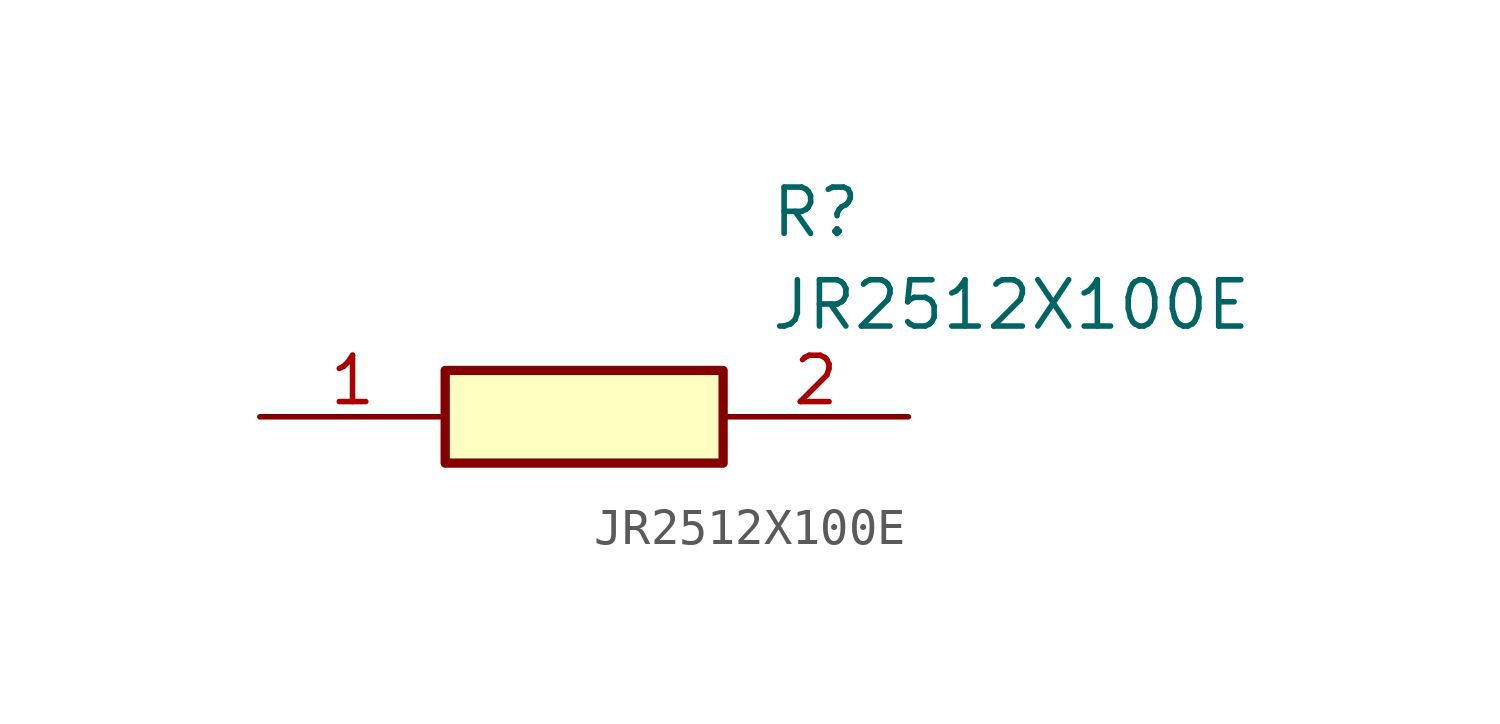
<source format=kicad_sym>
(kicad_symbol_lib
  (version 20211014)
  (generator SamacSys_ECAD_Model)
  (symbol "JR2512X100E"
    (pin_names hide)
    (property "Reference" "R"
      (at 13.97 6.35 0)
      (effects (font (size 1.27 1.27)) (justify left top)))
    (property "Value" "JR2512X100E"
      (at 13.97 3.81 0)
      (effects (font (size 1.27 1.27)) (justify left top)))
    (rectangle
      (start 5.08 1.27)
      (end 12.7 -1.27)
      (stroke (width 0.254) (type default))
      (fill (type background)))
    (pin passive line
      (at 0 0 0)
      (length 5.08)
      (name "1" (effects (font (size 1.27 1.27))))
      (number "1" (effects (font (size 1.27 1.27)))))
    (pin passive line
      (at 17.78 0 180)
      (length 5.08)
      (name "2" (effects (font (size 1.27 1.27))))
      (number "2" (effects (font (size 1.27 1.27)))))))
</source>
